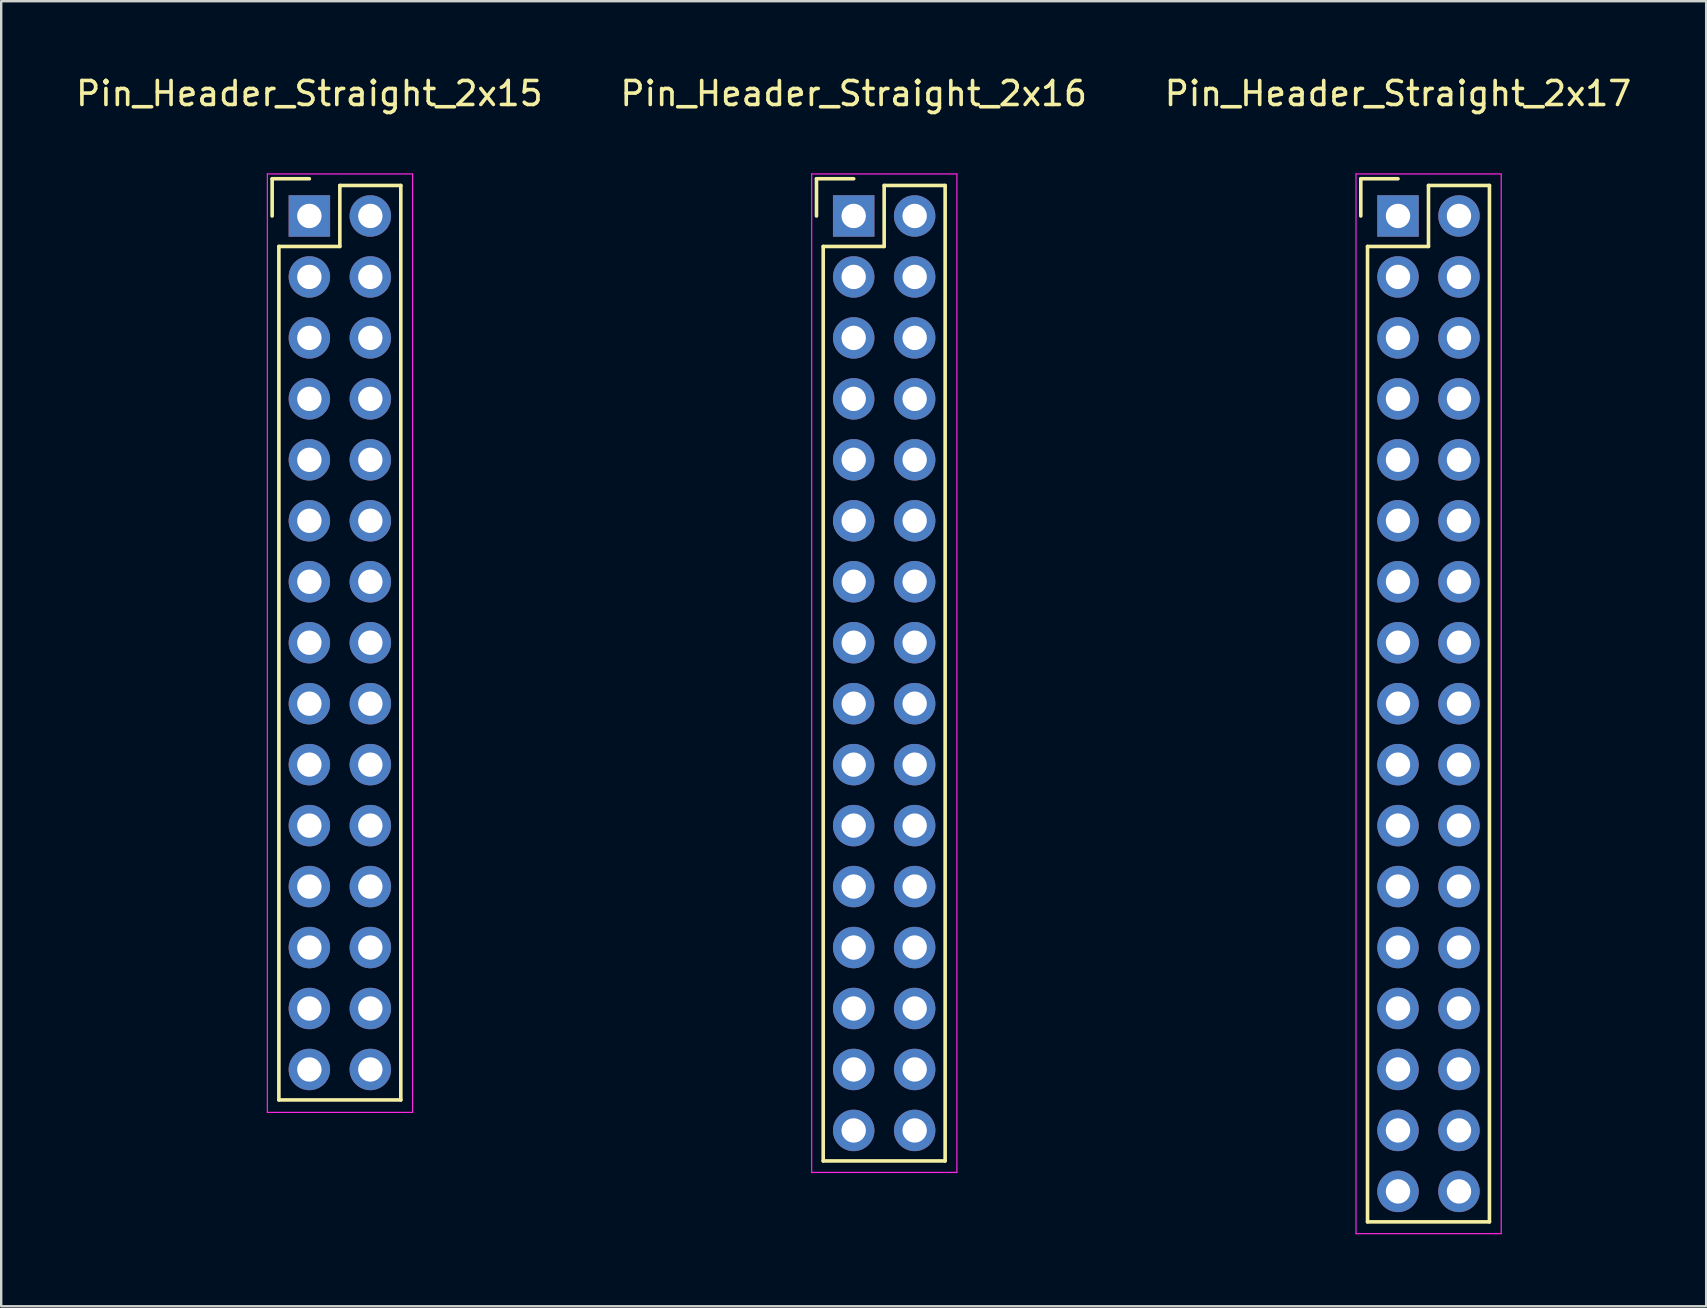
<source format=kicad_pcb>
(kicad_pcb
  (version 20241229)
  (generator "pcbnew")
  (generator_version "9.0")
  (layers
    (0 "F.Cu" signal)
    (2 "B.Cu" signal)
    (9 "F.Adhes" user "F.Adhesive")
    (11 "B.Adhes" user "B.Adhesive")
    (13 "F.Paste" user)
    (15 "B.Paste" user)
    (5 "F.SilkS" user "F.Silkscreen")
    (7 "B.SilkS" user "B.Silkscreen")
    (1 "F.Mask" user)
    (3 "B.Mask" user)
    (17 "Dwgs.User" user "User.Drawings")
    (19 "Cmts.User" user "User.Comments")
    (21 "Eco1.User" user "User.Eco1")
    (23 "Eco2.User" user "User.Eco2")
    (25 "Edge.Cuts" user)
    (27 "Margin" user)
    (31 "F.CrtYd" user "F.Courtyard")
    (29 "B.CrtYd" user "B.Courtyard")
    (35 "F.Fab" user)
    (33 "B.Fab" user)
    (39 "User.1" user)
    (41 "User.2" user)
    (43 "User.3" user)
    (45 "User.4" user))
  (footprint "Pin_Header_Straight_2x15"
    (layer "F.Cu")
    (at 9.839 5.948)
    (property "Reference" "Pin_Header_Straight_2x15" (at 0 -5.1 0) (layer "F.SilkS") (effects (font (size 1 1) (thickness 0.15))))
    (attr through_hole)
    (fp_line (start -1.55 -1.55) (end -1.55 0) (stroke (width 0.15) (type solid)) (layer "F.SilkS"))
    (fp_line (start -1.27 1.27) (end -1.27 36.83) (stroke (width 0.15) (type solid)) (layer "F.SilkS"))
    (fp_line (start 0 -1.55) (end -1.55 -1.55) (stroke (width 0.15) (type solid)) (layer "F.SilkS"))
    (fp_line (start 1.27 -1.27) (end 1.27 1.27) (stroke (width 0.15) (type solid)) (layer "F.SilkS"))
    (fp_line (start 1.27 1.27) (end -1.27 1.27) (stroke (width 0.15) (type solid)) (layer "F.SilkS"))
    (fp_line (start 3.81 -1.27) (end 1.27 -1.27) (stroke (width 0.15) (type solid)) (layer "F.SilkS"))
    (fp_line (start 3.81 36.83) (end -1.27 36.83) (stroke (width 0.15) (type solid)) (layer "F.SilkS"))
    (fp_line (start 3.81 36.83) (end 3.81 -1.27) (stroke (width 0.15) (type solid)) (layer "F.SilkS"))
    (fp_line (start -1.75 -1.75) (end -1.75 37.35) (stroke (width 0.05) (type solid)) (layer "F.CrtYd"))
    (fp_line (start -1.75 -1.75) (end 4.3 -1.75) (stroke (width 0.05) (type solid)) (layer "F.CrtYd"))
    (fp_line (start -1.75 37.35) (end 4.3 37.35) (stroke (width 0.05) (type solid)) (layer "F.CrtYd"))
    (fp_line (start 4.3 -1.75) (end 4.3 37.35) (stroke (width 0.05) (type solid)) (layer "F.CrtYd"))
    (pad "1" thru_hole rect (at 0 0) (size 1.727 1.727) (drill 1.016) (layers "*.Cu" "*.Mask"))
    (pad "2" thru_hole oval (at 2.54 0) (size 1.727 1.727) (drill 1.016) (layers "*.Cu" "*.Mask"))
    (pad "3" thru_hole oval (at 0 2.54) (size 1.727 1.727) (drill 1.016) (layers "*.Cu" "*.Mask"))
    (pad "4" thru_hole oval (at 2.54 2.54) (size 1.727 1.727) (drill 1.016) (layers "*.Cu" "*.Mask"))
    (pad "5" thru_hole oval (at 0 5.08) (size 1.727 1.727) (drill 1.016) (layers "*.Cu" "*.Mask"))
    (pad "6" thru_hole oval (at 2.54 5.08) (size 1.727 1.727) (drill 1.016) (layers "*.Cu" "*.Mask"))
    (pad "7" thru_hole oval (at 0 7.62) (size 1.727 1.727) (drill 1.016) (layers "*.Cu" "*.Mask"))
    (pad "8" thru_hole oval (at 2.54 7.62) (size 1.727 1.727) (drill 1.016) (layers "*.Cu" "*.Mask"))
    (pad "9" thru_hole oval (at 0 10.16) (size 1.727 1.727) (drill 1.016) (layers "*.Cu" "*.Mask"))
    (pad "10" thru_hole oval (at 2.54 10.16) (size 1.727 1.727) (drill 1.016) (layers "*.Cu" "*.Mask"))
    (pad "11" thru_hole oval (at 0 12.7) (size 1.727 1.727) (drill 1.016) (layers "*.Cu" "*.Mask"))
    (pad "12" thru_hole oval (at 2.54 12.7) (size 1.727 1.727) (drill 1.016) (layers "*.Cu" "*.Mask"))
    (pad "13" thru_hole oval (at 0 15.24) (size 1.727 1.727) (drill 1.016) (layers "*.Cu" "*.Mask"))
    (pad "14" thru_hole oval (at 2.54 15.24) (size 1.727 1.727) (drill 1.016) (layers "*.Cu" "*.Mask"))
    (pad "15" thru_hole oval (at 0 17.78) (size 1.727 1.727) (drill 1.016) (layers "*.Cu" "*.Mask"))
    (pad "16" thru_hole oval (at 2.54 17.78) (size 1.727 1.727) (drill 1.016) (layers "*.Cu" "*.Mask"))
    (pad "17" thru_hole oval (at 0 20.32) (size 1.727 1.727) (drill 1.016) (layers "*.Cu" "*.Mask"))
    (pad "18" thru_hole oval (at 2.54 20.32) (size 1.727 1.727) (drill 1.016) (layers "*.Cu" "*.Mask"))
    (pad "19" thru_hole oval (at 0 22.86) (size 1.727 1.727) (drill 1.016) (layers "*.Cu" "*.Mask"))
    (pad "20" thru_hole oval (at 2.54 22.86) (size 1.727 1.727) (drill 1.016) (layers "*.Cu" "*.Mask"))
    (pad "21" thru_hole oval (at 0 25.4) (size 1.727 1.727) (drill 1.016) (layers "*.Cu" "*.Mask"))
    (pad "22" thru_hole oval (at 2.54 25.4) (size 1.727 1.727) (drill 1.016) (layers "*.Cu" "*.Mask"))
    (pad "23" thru_hole oval (at 0 27.94) (size 1.727 1.727) (drill 1.016) (layers "*.Cu" "*.Mask"))
    (pad "24" thru_hole oval (at 2.54 27.94) (size 1.727 1.727) (drill 1.016) (layers "*.Cu" "*.Mask"))
    (pad "25" thru_hole oval (at 0 30.48) (size 1.727 1.727) (drill 1.016) (layers "*.Cu" "*.Mask"))
    (pad "26" thru_hole oval (at 2.54 30.48) (size 1.727 1.727) (drill 1.016) (layers "*.Cu" "*.Mask"))
    (pad "27" thru_hole oval (at 0 33.02) (size 1.727 1.727) (drill 1.016) (layers "*.Cu" "*.Mask"))
    (pad "28" thru_hole oval (at 2.54 33.02) (size 1.727 1.727) (drill 1.016) (layers "*.Cu" "*.Mask"))
    (pad "29" thru_hole oval (at 0 35.56) (size 1.727 1.727) (drill 1.016) (layers "*.Cu" "*.Mask"))
    (pad "30" thru_hole oval (at 2.54 35.56) (size 1.727 1.727) (drill 1.016) (layers "*.Cu" "*.Mask")))
  (footprint "Pin_Header_Straight_2x17"
    (layer "F.Cu")
    (at 55.196 5.948)
    (property "Reference" "Pin_Header_Straight_2x17" (at 0 -5.1 0) (layer "F.SilkS") (effects (font (size 1 1) (thickness 0.15))))
    (attr through_hole)
    (fp_line (start -1.55 -1.55) (end -1.55 0) (stroke (width 0.15) (type solid)) (layer "F.SilkS"))
    (fp_line (start -1.27 1.27) (end -1.27 41.91) (stroke (width 0.15) (type solid)) (layer "F.SilkS"))
    (fp_line (start 0 -1.55) (end -1.55 -1.55) (stroke (width 0.15) (type solid)) (layer "F.SilkS"))
    (fp_line (start 1.27 -1.27) (end 1.27 1.27) (stroke (width 0.15) (type solid)) (layer "F.SilkS"))
    (fp_line (start 1.27 1.27) (end -1.27 1.27) (stroke (width 0.15) (type solid)) (layer "F.SilkS"))
    (fp_line (start 3.81 -1.27) (end 1.27 -1.27) (stroke (width 0.15) (type solid)) (layer "F.SilkS"))
    (fp_line (start 3.81 41.91) (end -1.27 41.91) (stroke (width 0.15) (type solid)) (layer "F.SilkS"))
    (fp_line (start 3.81 41.91) (end 3.81 -1.27) (stroke (width 0.15) (type solid)) (layer "F.SilkS"))
    (fp_line (start -1.75 -1.75) (end -1.75 42.4) (stroke (width 0.05) (type solid)) (layer "F.CrtYd"))
    (fp_line (start -1.75 -1.75) (end 4.3 -1.75) (stroke (width 0.05) (type solid)) (layer "F.CrtYd"))
    (fp_line (start -1.75 42.4) (end 4.3 42.4) (stroke (width 0.05) (type solid)) (layer "F.CrtYd"))
    (fp_line (start 4.3 -1.75) (end 4.3 42.4) (stroke (width 0.05) (type solid)) (layer "F.CrtYd"))
    (pad "1" thru_hole rect (at 0 0) (size 1.727 1.727) (drill 1.016) (layers "*.Cu" "*.Mask"))
    (pad "2" thru_hole oval (at 2.54 0) (size 1.727 1.727) (drill 1.016) (layers "*.Cu" "*.Mask"))
    (pad "3" thru_hole oval (at 0 2.54) (size 1.727 1.727) (drill 1.016) (layers "*.Cu" "*.Mask"))
    (pad "4" thru_hole oval (at 2.54 2.54) (size 1.727 1.727) (drill 1.016) (layers "*.Cu" "*.Mask"))
    (pad "5" thru_hole oval (at 0 5.08) (size 1.727 1.727) (drill 1.016) (layers "*.Cu" "*.Mask"))
    (pad "6" thru_hole oval (at 2.54 5.08) (size 1.727 1.727) (drill 1.016) (layers "*.Cu" "*.Mask"))
    (pad "7" thru_hole oval (at 0 7.62) (size 1.727 1.727) (drill 1.016) (layers "*.Cu" "*.Mask"))
    (pad "8" thru_hole oval (at 2.54 7.62) (size 1.727 1.727) (drill 1.016) (layers "*.Cu" "*.Mask"))
    (pad "9" thru_hole oval (at 0 10.16) (size 1.727 1.727) (drill 1.016) (layers "*.Cu" "*.Mask"))
    (pad "10" thru_hole oval (at 2.54 10.16) (size 1.727 1.727) (drill 1.016) (layers "*.Cu" "*.Mask"))
    (pad "11" thru_hole oval (at 0 12.7) (size 1.727 1.727) (drill 1.016) (layers "*.Cu" "*.Mask"))
    (pad "12" thru_hole oval (at 2.54 12.7) (size 1.727 1.727) (drill 1.016) (layers "*.Cu" "*.Mask"))
    (pad "13" thru_hole oval (at 0 15.24) (size 1.727 1.727) (drill 1.016) (layers "*.Cu" "*.Mask"))
    (pad "14" thru_hole oval (at 2.54 15.24) (size 1.727 1.727) (drill 1.016) (layers "*.Cu" "*.Mask"))
    (pad "15" thru_hole oval (at 0 17.78) (size 1.727 1.727) (drill 1.016) (layers "*.Cu" "*.Mask"))
    (pad "16" thru_hole oval (at 2.54 17.78) (size 1.727 1.727) (drill 1.016) (layers "*.Cu" "*.Mask"))
    (pad "17" thru_hole oval (at 0 20.32) (size 1.727 1.727) (drill 1.016) (layers "*.Cu" "*.Mask"))
    (pad "18" thru_hole oval (at 2.54 20.32) (size 1.727 1.727) (drill 1.016) (layers "*.Cu" "*.Mask"))
    (pad "19" thru_hole oval (at 0 22.86) (size 1.727 1.727) (drill 1.016) (layers "*.Cu" "*.Mask"))
    (pad "20" thru_hole oval (at 2.54 22.86) (size 1.727 1.727) (drill 1.016) (layers "*.Cu" "*.Mask"))
    (pad "21" thru_hole oval (at 0 25.4) (size 1.727 1.727) (drill 1.016) (layers "*.Cu" "*.Mask"))
    (pad "22" thru_hole oval (at 2.54 25.4) (size 1.727 1.727) (drill 1.016) (layers "*.Cu" "*.Mask"))
    (pad "23" thru_hole oval (at 0 27.94) (size 1.727 1.727) (drill 1.016) (layers "*.Cu" "*.Mask"))
    (pad "24" thru_hole oval (at 2.54 27.94) (size 1.727 1.727) (drill 1.016) (layers "*.Cu" "*.Mask"))
    (pad "25" thru_hole oval (at 0 30.48) (size 1.727 1.727) (drill 1.016) (layers "*.Cu" "*.Mask"))
    (pad "26" thru_hole oval (at 2.54 30.48) (size 1.727 1.727) (drill 1.016) (layers "*.Cu" "*.Mask"))
    (pad "27" thru_hole oval (at 0 33.02) (size 1.727 1.727) (drill 1.016) (layers "*.Cu" "*.Mask"))
    (pad "28" thru_hole oval (at 2.54 33.02) (size 1.727 1.727) (drill 1.016) (layers "*.Cu" "*.Mask"))
    (pad "29" thru_hole oval (at 0 35.56) (size 1.727 1.727) (drill 1.016) (layers "*.Cu" "*.Mask"))
    (pad "30" thru_hole oval (at 2.54 35.56) (size 1.727 1.727) (drill 1.016) (layers "*.Cu" "*.Mask"))
    (pad "31" thru_hole oval (at 0 38.1) (size 1.727 1.727) (drill 1.016) (layers "*.Cu" "*.Mask"))
    (pad "32" thru_hole oval (at 2.54 38.1) (size 1.727 1.727) (drill 1.016) (layers "*.Cu" "*.Mask"))
    (pad "33" thru_hole oval (at 0 40.64) (size 1.727 1.727) (drill 1.016) (layers "*.Cu" "*.Mask"))
    (pad "34" thru_hole oval (at 2.54 40.64) (size 1.727 1.727) (drill 1.016) (layers "*.Cu" "*.Mask")))
  (footprint "Pin_Header_Straight_2x16"
    (layer "F.Cu")
    (at 32.518 5.948)
    (property "Reference" "Pin_Header_Straight_2x16" (at 0 -5.1 0) (layer "F.SilkS") (effects (font (size 1 1) (thickness 0.15))))
    (attr through_hole)
    (fp_line (start -1.55 -1.55) (end -1.55 0) (stroke (width 0.15) (type solid)) (layer "F.SilkS"))
    (fp_line (start -1.27 1.27) (end -1.27 39.37) (stroke (width 0.15) (type solid)) (layer "F.SilkS"))
    (fp_line (start 0 -1.55) (end -1.55 -1.55) (stroke (width 0.15) (type solid)) (layer "F.SilkS"))
    (fp_line (start 1.27 -1.27) (end 1.27 1.27) (stroke (width 0.15) (type solid)) (layer "F.SilkS"))
    (fp_line (start 1.27 1.27) (end -1.27 1.27) (stroke (width 0.15) (type solid)) (layer "F.SilkS"))
    (fp_line (start 3.81 -1.27) (end 1.27 -1.27) (stroke (width 0.15) (type solid)) (layer "F.SilkS"))
    (fp_line (start 3.81 39.37) (end -1.27 39.37) (stroke (width 0.15) (type solid)) (layer "F.SilkS"))
    (fp_line (start 3.81 39.37) (end 3.81 -1.27) (stroke (width 0.15) (type solid)) (layer "F.SilkS"))
    (fp_line (start -1.75 -1.75) (end -1.75 39.85) (stroke (width 0.05) (type solid)) (layer "F.CrtYd"))
    (fp_line (start -1.75 -1.75) (end 4.3 -1.75) (stroke (width 0.05) (type solid)) (layer "F.CrtYd"))
    (fp_line (start -1.75 39.85) (end 4.3 39.85) (stroke (width 0.05) (type solid)) (layer "F.CrtYd"))
    (fp_line (start 4.3 -1.75) (end 4.3 39.85) (stroke (width 0.05) (type solid)) (layer "F.CrtYd"))
    (pad "1" thru_hole rect (at 0 0) (size 1.727 1.727) (drill 1.016) (layers "*.Cu" "*.Mask"))
    (pad "2" thru_hole oval (at 2.54 0) (size 1.727 1.727) (drill 1.016) (layers "*.Cu" "*.Mask"))
    (pad "3" thru_hole oval (at 0 2.54) (size 1.727 1.727) (drill 1.016) (layers "*.Cu" "*.Mask"))
    (pad "4" thru_hole oval (at 2.54 2.54) (size 1.727 1.727) (drill 1.016) (layers "*.Cu" "*.Mask"))
    (pad "5" thru_hole oval (at 0 5.08) (size 1.727 1.727) (drill 1.016) (layers "*.Cu" "*.Mask"))
    (pad "6" thru_hole oval (at 2.54 5.08) (size 1.727 1.727) (drill 1.016) (layers "*.Cu" "*.Mask"))
    (pad "7" thru_hole oval (at 0 7.62) (size 1.727 1.727) (drill 1.016) (layers "*.Cu" "*.Mask"))
    (pad "8" thru_hole oval (at 2.54 7.62) (size 1.727 1.727) (drill 1.016) (layers "*.Cu" "*.Mask"))
    (pad "9" thru_hole oval (at 0 10.16) (size 1.727 1.727) (drill 1.016) (layers "*.Cu" "*.Mask"))
    (pad "10" thru_hole oval (at 2.54 10.16) (size 1.727 1.727) (drill 1.016) (layers "*.Cu" "*.Mask"))
    (pad "11" thru_hole oval (at 0 12.7) (size 1.727 1.727) (drill 1.016) (layers "*.Cu" "*.Mask"))
    (pad "12" thru_hole oval (at 2.54 12.7) (size 1.727 1.727) (drill 1.016) (layers "*.Cu" "*.Mask"))
    (pad "13" thru_hole oval (at 0 15.24) (size 1.727 1.727) (drill 1.016) (layers "*.Cu" "*.Mask"))
    (pad "14" thru_hole oval (at 2.54 15.24) (size 1.727 1.727) (drill 1.016) (layers "*.Cu" "*.Mask"))
    (pad "15" thru_hole oval (at 0 17.78) (size 1.727 1.727) (drill 1.016) (layers "*.Cu" "*.Mask"))
    (pad "16" thru_hole oval (at 2.54 17.78) (size 1.727 1.727) (drill 1.016) (layers "*.Cu" "*.Mask"))
    (pad "17" thru_hole oval (at 0 20.32) (size 1.727 1.727) (drill 1.016) (layers "*.Cu" "*.Mask"))
    (pad "18" thru_hole oval (at 2.54 20.32) (size 1.727 1.727) (drill 1.016) (layers "*.Cu" "*.Mask"))
    (pad "19" thru_hole oval (at 0 22.86) (size 1.727 1.727) (drill 1.016) (layers "*.Cu" "*.Mask"))
    (pad "20" thru_hole oval (at 2.54 22.86) (size 1.727 1.727) (drill 1.016) (layers "*.Cu" "*.Mask"))
    (pad "21" thru_hole oval (at 0 25.4) (size 1.727 1.727) (drill 1.016) (layers "*.Cu" "*.Mask"))
    (pad "22" thru_hole oval (at 2.54 25.4) (size 1.727 1.727) (drill 1.016) (layers "*.Cu" "*.Mask"))
    (pad "23" thru_hole oval (at 0 27.94) (size 1.727 1.727) (drill 1.016) (layers "*.Cu" "*.Mask"))
    (pad "24" thru_hole oval (at 2.54 27.94) (size 1.727 1.727) (drill 1.016) (layers "*.Cu" "*.Mask"))
    (pad "25" thru_hole oval (at 0 30.48) (size 1.727 1.727) (drill 1.016) (layers "*.Cu" "*.Mask"))
    (pad "26" thru_hole oval (at 2.54 30.48) (size 1.727 1.727) (drill 1.016) (layers "*.Cu" "*.Mask"))
    (pad "27" thru_hole oval (at 0 33.02) (size 1.727 1.727) (drill 1.016) (layers "*.Cu" "*.Mask"))
    (pad "28" thru_hole oval (at 2.54 33.02) (size 1.727 1.727) (drill 1.016) (layers "*.Cu" "*.Mask"))
    (pad "29" thru_hole oval (at 0 35.56) (size 1.727 1.727) (drill 1.016) (layers "*.Cu" "*.Mask"))
    (pad "30" thru_hole oval (at 2.54 35.56) (size 1.727 1.727) (drill 1.016) (layers "*.Cu" "*.Mask"))
    (pad "31" thru_hole oval (at 0 38.1) (size 1.727 1.727) (drill 1.016) (layers "*.Cu" "*.Mask"))
    (pad "32" thru_hole oval (at 2.54 38.1) (size 1.727 1.727) (drill 1.016) (layers "*.Cu" "*.Mask")))
  (gr_rect
    (start -3 -3)
    (end 68.036 51.373)
    (stroke (width 0.1) (type default))
    (fill no)
    (layer "Edge.Cuts")))
</source>
